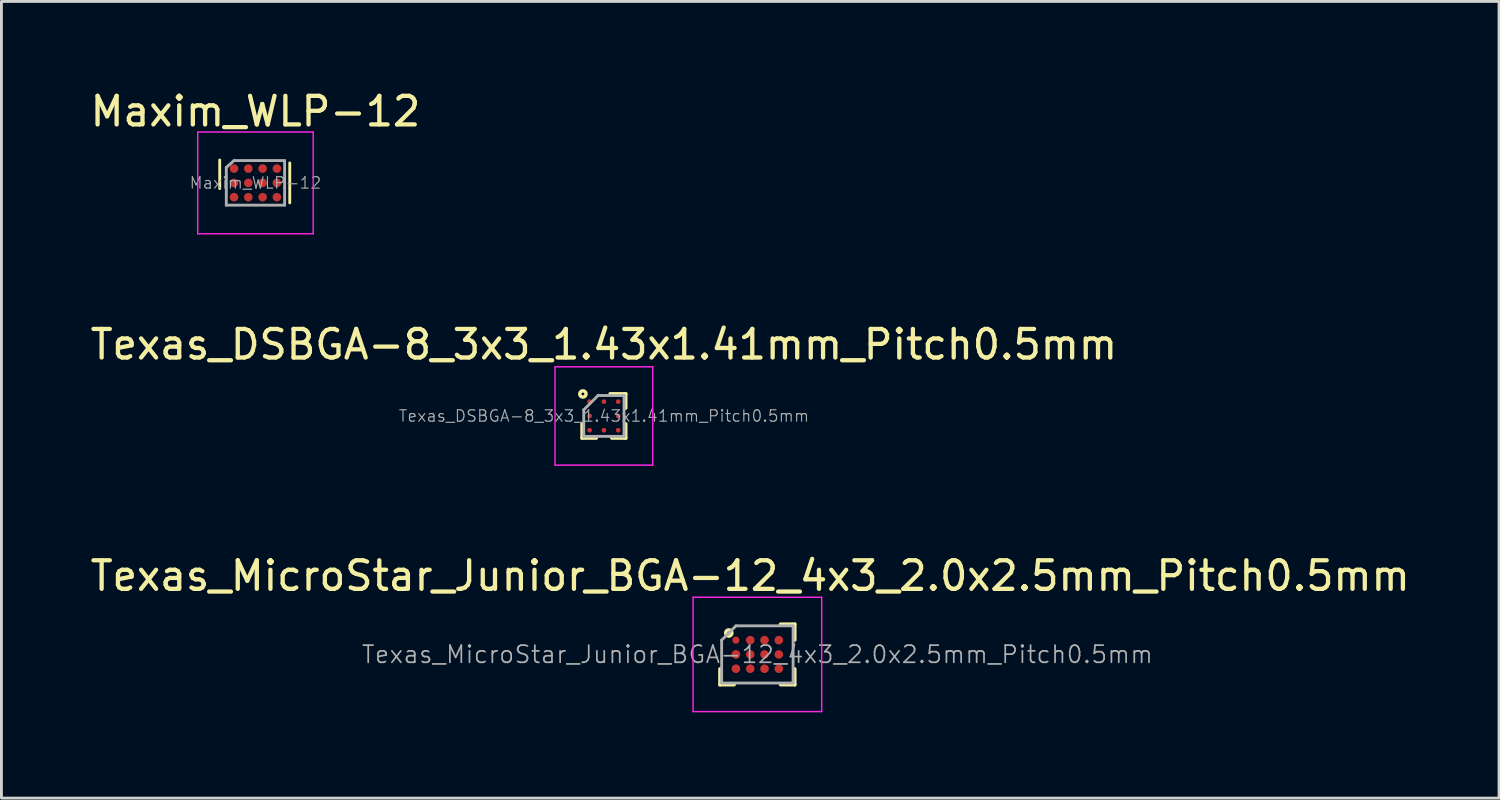
<source format=kicad_pcb>
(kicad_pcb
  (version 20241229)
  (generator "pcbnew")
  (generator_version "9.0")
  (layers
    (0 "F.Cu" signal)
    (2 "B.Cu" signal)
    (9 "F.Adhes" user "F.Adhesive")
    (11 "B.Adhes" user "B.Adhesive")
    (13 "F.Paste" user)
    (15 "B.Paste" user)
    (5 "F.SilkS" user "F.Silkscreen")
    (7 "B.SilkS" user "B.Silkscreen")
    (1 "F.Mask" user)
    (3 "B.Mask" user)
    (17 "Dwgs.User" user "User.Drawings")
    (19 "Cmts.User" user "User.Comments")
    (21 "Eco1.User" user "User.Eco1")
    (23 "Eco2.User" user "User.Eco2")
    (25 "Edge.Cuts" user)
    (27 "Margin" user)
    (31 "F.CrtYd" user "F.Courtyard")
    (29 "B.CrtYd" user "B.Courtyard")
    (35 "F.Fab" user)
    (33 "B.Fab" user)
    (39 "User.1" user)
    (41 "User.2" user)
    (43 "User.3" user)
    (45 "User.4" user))
  (footprint "Texas_DSBGA-8_3x3_1.43x1.41mm_Pitch0.5mm"
    (layer "F.Cu")
    (at 18.077 11.502)
    (property "Reference" "Texas_DSBGA-8_3x3_1.43x1.41mm_Pitch0.5mm" (at 0 -2.5 0) (layer "F.SilkS") (effects (font (size 1 1) (thickness 0.15))))
    (attr smd)
    (fp_line (start -0.765 0.275) (end -0.765 0.775) (stroke (width 0.12) (type solid)) (layer "F.SilkS"))
    (fp_line (start -0.765 0.775) (end -0.265 0.775) (stroke (width 0.12) (type solid)) (layer "F.SilkS"))
    (fp_line (start 0.215 -0.775) (end 0.765 -0.775) (stroke (width 0.12) (type solid)) (layer "F.SilkS"))
    (fp_line (start 0.765 -0.775) (end 0.765 -0.275) (stroke (width 0.12) (type solid)) (layer "F.SilkS"))
    (fp_line (start 0.765 0.775) (end 0.275 0.775) (stroke (width 0.12) (type solid)) (layer "F.SilkS"))
    (fp_line (start 0.765 0.775) (end 0.765 0.275) (stroke (width 0.12) (type solid)) (layer "F.SilkS"))
    (fp_circle (center -0.735 -0.77) (end -0.735 -0.72) (stroke (width 0.12) (type solid)) (fill no) (layer "F.SilkS"))
    (fp_line (start -1.71 -1.72) (end -1.71 1.72) (stroke (width 0.05) (type solid)) (layer "F.CrtYd"))
    (fp_line (start -1.71 1.72) (end 1.71 1.72) (stroke (width 0.05) (type solid)) (layer "F.CrtYd"))
    (fp_line (start 1.71 -1.72) (end -1.71 -1.72) (stroke (width 0.05) (type solid)) (layer "F.CrtYd"))
    (fp_line (start 1.71 1.72) (end 1.71 -1.72) (stroke (width 0.05) (type solid)) (layer "F.CrtYd"))
    (fp_line (start -0.705 -0.215) (end -0.705 0.715) (stroke (width 0.1) (type solid)) (layer "F.Fab"))
    (fp_line (start -0.705 -0.215) (end -0.205 -0.715) (stroke (width 0.1) (type solid)) (layer "F.Fab"))
    (fp_line (start -0.705 0.715) (end 0.705 0.715) (stroke (width 0.1) (type solid)) (layer "F.Fab"))
    (fp_line (start 0.705 -0.715) (end -0.205 -0.715) (stroke (width 0.1) (type solid)) (layer "F.Fab"))
    (fp_line (start 0.705 0.715) (end 0.705 -0.715) (stroke (width 0.1) (type solid)) (layer "F.Fab"))
    (fp_text user "${REFERENCE}" (at 0 0 0) (layer "F.Fab") (effects (font (size 0.4 0.4) (thickness 0.04))))
    (pad "" smd rect (at -0.5 -0.5) (size 0.3 0.3) (layers "F.Paste"))
    (pad "" smd rect (at -0.5 0) (size 0.3 0.3) (layers "F.Paste"))
    (pad "" smd rect (at -0.5 0.5) (size 0.3 0.3) (layers "F.Paste"))
    (pad "" smd rect (at 0 -0.5) (size 0.3 0.3) (layers "F.Paste"))
    (pad "" smd rect (at 0 0.5) (size 0.3 0.3) (layers "F.Paste"))
    (pad "" smd rect (at 0.5 -0.5) (size 0.3 0.3) (layers "F.Paste"))
    (pad "" smd rect (at 0.5 0) (size 0.3 0.3) (layers "F.Paste"))
    (pad "" smd rect (at 0.5 0.5) (size 0.3 0.3) (layers "F.Paste"))
    (pad "A1" smd circle (at -0.5 -0.5) (size 0.165 0.165) (layers "F.Cu" "F.Mask"))
    (pad "A2" smd circle (at 0 -0.5) (size 0.165 0.165) (layers "F.Cu" "F.Mask"))
    (pad "A3" smd circle (at 0.5 -0.5) (size 0.165 0.165) (layers "F.Cu" "F.Mask"))
    (pad "B1" smd circle (at -0.5 0) (size 0.165 0.165) (layers "F.Cu" "F.Mask"))
    (pad "B3" smd circle (at 0.5 0) (size 0.165 0.165) (layers "F.Cu" "F.Mask" "F.Paste"))
    (pad "C1" smd circle (at -0.5 0.5) (size 0.165 0.165) (layers "F.Cu" "F.Mask"))
    (pad "C2" smd circle (at 0 0.5) (size 0.165 0.165) (layers "F.Cu" "F.Mask"))
    (pad "C2" smd circle (at 0.5 0.5) (size 0.165 0.165) (layers "F.Cu" "F.Mask")))
  (footprint "Texas_MicroStar_Junior_BGA-12_4x3_2.0x2.5mm_Pitch0.5mm"
    (layer "F.Cu")
    (at 23.446 19.845)
    (property "Reference" "Texas_MicroStar_Junior_BGA-12_4x3_2.0x2.5mm_Pitch0.5mm" (at -0.25 -2.75 0) (layer "F.SilkS") (effects (font (size 1 1) (thickness 0.15))))
    (attr smd)
    (fp_line (start -1.31 0.506) (end -1.31 1.06) (stroke (width 0.12) (type solid)) (layer "F.SilkS"))
    (fp_line (start -1.31 1.06) (end -0.81 1.06) (stroke (width 0.12) (type solid)) (layer "F.SilkS"))
    (fp_line (start 0.81 -1.06) (end 1.31 -1.06) (stroke (width 0.12) (type solid)) (layer "F.SilkS"))
    (fp_line (start 1.31 -1.06) (end 1.31 -0.506) (stroke (width 0.12) (type solid)) (layer "F.SilkS"))
    (fp_line (start 1.31 1.06) (end 0.81 1.06) (stroke (width 0.12) (type solid)) (layer "F.SilkS"))
    (fp_line (start 1.31 1.06) (end 1.31 0.506) (stroke (width 0.12) (type solid)) (layer "F.SilkS"))
    (fp_circle (center -1 -0.75) (end -1 -0.7) (stroke (width 0.12) (type solid)) (fill no) (layer "F.SilkS"))
    (fp_line (start -2.25 -2) (end 2.25 -2) (stroke (width 0.05) (type solid)) (layer "F.CrtYd"))
    (fp_line (start -2.25 2) (end -2.25 -2) (stroke (width 0.05) (type solid)) (layer "F.CrtYd"))
    (fp_line (start 2.25 -2) (end 2.25 2) (stroke (width 0.05) (type solid)) (layer "F.CrtYd"))
    (fp_line (start 2.25 2) (end -2.25 2) (stroke (width 0.05) (type solid)) (layer "F.CrtYd"))
    (fp_line (start -1.25 1) (end -1.25 -0.5) (stroke (width 0.1) (type solid)) (layer "F.Fab"))
    (fp_line (start -0.75 -1) (end -1.25 -0.5) (stroke (width 0.1) (type solid)) (layer "F.Fab"))
    (fp_line (start -0.75 -1) (end 1.25 -1) (stroke (width 0.1) (type solid)) (layer "F.Fab"))
    (fp_line (start 1.25 -1) (end 1.25 1) (stroke (width 0.1) (type solid)) (layer "F.Fab"))
    (fp_line (start 1.25 1) (end -1.25 1) (stroke (width 0.1) (type solid)) (layer "F.Fab"))
    (fp_text user "${REFERENCE}" (at 0 0 0) (layer "F.Fab") (effects (font (size 0.6 0.6) (thickness 0.06))))
    (pad "A1" smd circle (at -0.75 -0.5) (size 0.25 0.25) (layers "F.Cu" "F.Mask" "F.Paste"))
    (pad "A2" smd circle (at -0.25 -0.5) (size 0.3 0.3) (layers "F.Cu" "F.Mask" "F.Paste"))
    (pad "A3" smd circle (at 0.25 -0.5) (size 0.3 0.3) (layers "F.Cu" "F.Mask" "F.Paste"))
    (pad "A4" smd circle (at 0.75 -0.5) (size 0.3 0.3) (layers "F.Cu" "F.Mask" "F.Paste"))
    (pad "B1" smd circle (at -0.75 0) (size 0.3 0.3) (layers "F.Cu" "F.Mask" "F.Paste"))
    (pad "B2" smd circle (at -0.25 0) (size 0.3 0.3) (layers "F.Cu" "F.Mask" "F.Paste"))
    (pad "B3" smd circle (at 0.25 0) (size 0.3 0.3) (layers "F.Cu" "F.Mask" "F.Paste"))
    (pad "B4" smd circle (at 0.75 0) (size 0.3 0.3) (layers "F.Cu" "F.Mask" "F.Paste"))
    (pad "C1" smd circle (at -0.75 0.5) (size 0.3 0.3) (layers "F.Cu" "F.Mask" "F.Paste"))
    (pad "C2" smd circle (at -0.25 0.5) (size 0.3 0.3) (layers "F.Cu" "F.Mask" "F.Paste"))
    (pad "C3" smd circle (at 0.25 0.5) (size 0.3 0.3) (layers "F.Cu" "F.Mask" "F.Paste"))
    (pad "C4" smd circle (at 0.75 0.5) (size 0.3 0.3) (layers "F.Cu" "F.Mask" "F.Paste")))
  (footprint "Maxim_WLP-12"
    (layer "F.Cu")
    (at 5.887 3.348)
    (property "Reference" "Maxim_WLP-12" (at 0 -2.5 0) (layer "F.SilkS") (effects (font (size 1 1) (thickness 0.15))))
    (attr smd)
    (fp_line (start -1.25 -0.8) (end -1.25 0.2) (stroke (width 0.1) (type solid)) (layer "F.SilkS"))
    (fp_line (start 1.2 0.7) (end 1.2 -0.7) (stroke (width 0.1) (type solid)) (layer "F.SilkS"))
    (fp_line (start -2.02 -1.78) (end 2.02 -1.78) (stroke (width 0.05) (type solid)) (layer "F.CrtYd"))
    (fp_line (start -2.02 1.78) (end -2.02 -1.78) (stroke (width 0.05) (type solid)) (layer "F.CrtYd"))
    (fp_line (start -2.02 1.78) (end 2.02 1.78) (stroke (width 0.05) (type solid)) (layer "F.CrtYd"))
    (fp_line (start 2.02 -1.78) (end 2.02 1.78) (stroke (width 0.05) (type solid)) (layer "F.CrtYd"))
    (fp_line (start -1.02 0.78) (end -1.02 -0.54) (stroke (width 0.1) (type solid)) (layer "F.Fab"))
    (fp_line (start -1.02 0.78) (end 1.02 0.78) (stroke (width 0.1) (type solid)) (layer "F.Fab"))
    (fp_line (start -0.75 -0.78) (end -1.02 -0.54) (stroke (width 0.1) (type solid)) (layer "F.Fab"))
    (fp_line (start 1.02 -0.78) (end -0.75 -0.78) (stroke (width 0.1) (type solid)) (layer "F.Fab"))
    (fp_line (start 1.02 -0.78) (end 1.02 0.78) (stroke (width 0.1) (type solid)) (layer "F.Fab"))
    (fp_text user "${REFERENCE}" (at 0 0 0) (layer "F.Fab") (effects (font (size 0.4 0.4) (thickness 0.04))))
    (pad "A1" smd circle (at -0.75 -0.5 90) (size 0.3 0.3) (layers "F.Cu" "F.Mask" "F.Paste"))
    (pad "A2" smd circle (at -0.25 -0.5 90) (size 0.3 0.3) (layers "F.Cu" "F.Mask" "F.Paste"))
    (pad "A3" smd circle (at 0.25 -0.5 90) (size 0.3 0.3) (layers "F.Cu" "F.Mask" "F.Paste"))
    (pad "A4" smd circle (at 0.75 -0.5 90) (size 0.3 0.3) (layers "F.Cu" "F.Mask" "F.Paste"))
    (pad "B1" smd circle (at -0.75 0 90) (size 0.3 0.3) (layers "F.Cu" "F.Mask" "F.Paste"))
    (pad "B2" smd circle (at -0.25 0 90) (size 0.3 0.3) (layers "F.Cu" "F.Mask" "F.Paste"))
    (pad "B3" smd circle (at 0.25 0 90) (size 0.3 0.3) (layers "F.Cu" "F.Mask" "F.Paste"))
    (pad "B4" smd circle (at 0.75 0 90) (size 0.3 0.3) (layers "F.Cu" "F.Mask" "F.Paste"))
    (pad "C1" smd circle (at -0.75 0.5 90) (size 0.3 0.3) (layers "F.Cu" "F.Mask" "F.Paste"))
    (pad "C2" smd circle (at -0.25 0.5 90) (size 0.3 0.3) (layers "F.Cu" "F.Mask" "F.Paste"))
    (pad "C3" smd circle (at 0.25 0.5 90) (size 0.3 0.3) (layers "F.Cu" "F.Mask" "F.Paste"))
    (pad "C4" smd circle (at 0.75 0.5 90) (size 0.3 0.3) (layers "F.Cu" "F.Mask" "F.Paste")))
  (gr_rect
    (start -3 -3)
    (end 49.393 24.87)
    (stroke (width 0.1) (type default))
    (fill no)
    (layer "Edge.Cuts")))
</source>
